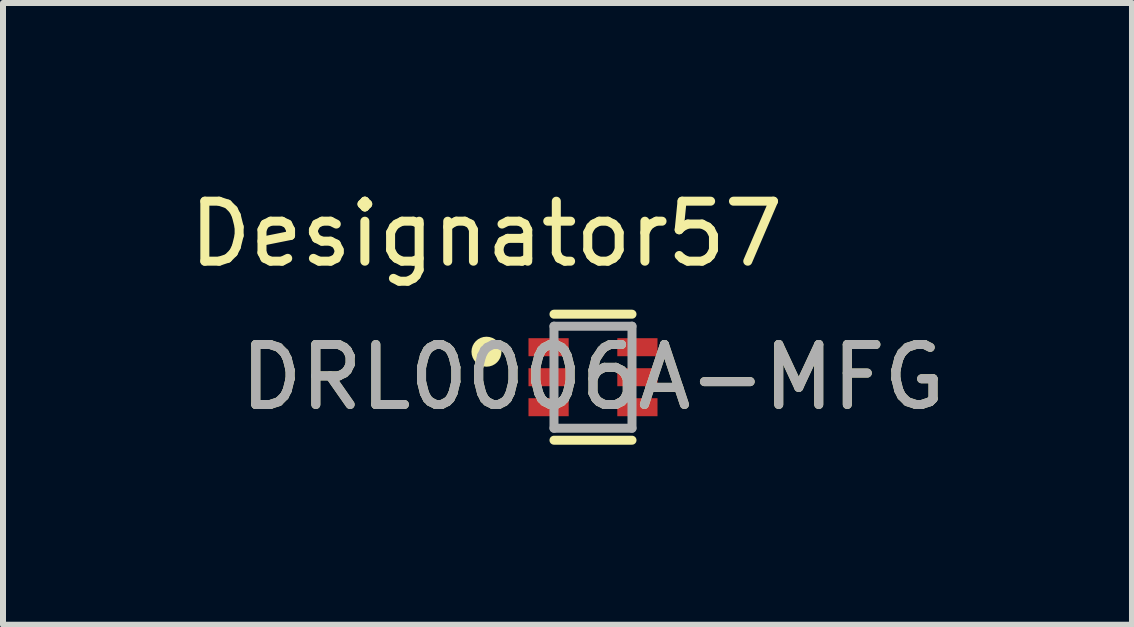
<source format=kicad_pcb>
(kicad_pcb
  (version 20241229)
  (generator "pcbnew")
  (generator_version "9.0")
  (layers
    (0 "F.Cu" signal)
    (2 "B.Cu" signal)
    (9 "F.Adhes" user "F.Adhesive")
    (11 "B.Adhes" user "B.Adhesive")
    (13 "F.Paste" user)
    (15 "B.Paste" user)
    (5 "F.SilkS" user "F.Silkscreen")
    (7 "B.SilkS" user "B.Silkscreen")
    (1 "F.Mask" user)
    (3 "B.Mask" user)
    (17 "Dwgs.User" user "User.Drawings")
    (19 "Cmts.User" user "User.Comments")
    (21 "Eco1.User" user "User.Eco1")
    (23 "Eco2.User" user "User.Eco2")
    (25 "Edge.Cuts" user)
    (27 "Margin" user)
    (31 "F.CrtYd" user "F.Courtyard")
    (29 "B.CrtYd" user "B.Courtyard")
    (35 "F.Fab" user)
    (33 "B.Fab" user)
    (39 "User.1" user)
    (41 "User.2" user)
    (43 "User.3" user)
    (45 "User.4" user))
  (footprint "DRL0006A-MFG"
    (layer "F.Cu")
    (at 6.832 3.236)
    (property "Reference" "DRL0006A-MFG" (at 0 0 0) (unlocked yes) (layer "F.SilkS") (effects (font (size 1 1) (thickness 0.15))))
    (attr smd)
    (fp_line (start -0.65 -1.05) (end 0.65 -1.05) (stroke (width 0.15) (type solid)) (layer "F.SilkS"))
    (fp_line (start -0.65 1.05) (end 0.65 1.05) (stroke (width 0.15) (type solid)) (layer "F.SilkS"))
    (fp_circle (center -1.775 -0.425) (end -1.65 -0.425) (stroke (width 0.25) (type solid)) (fill no) (layer "F.SilkS"))
    (fp_line (start -0.65 -0.85) (end 0.65 -0.85) (stroke (width 0.15) (type solid)) (layer "F.Fab"))
    (fp_line (start -0.65 0.85) (end -0.65 -0.85) (stroke (width 0.15) (type solid)) (layer "F.Fab"))
    (fp_line (start -0.65 0.85) (end 0.65 0.85) (stroke (width 0.15) (type solid)) (layer "F.Fab"))
    (fp_line (start 0.65 0.85) (end 0.65 -0.85) (stroke (width 0.15) (type solid)) (layer "F.Fab"))
    (fp_text user "Designator57" (at -1.778 -2.388 0) (unlocked yes) (layer "F.SilkS") (effects (font (size 1 1) (thickness 0.15))))
    (fp_text user "${REFERENCE}" (at 0 0 0) (unlocked yes) (layer "F.Fab") (effects (font (size 1 1) (thickness 0.15))))
    (pad "1" smd rect (at -0.74 -0.5) (size 0.67 0.3) (layers "F.Cu" "F.Mask" "F.Paste"))
    (pad "2" smd rect (at -0.74 0) (size 0.67 0.3) (layers "F.Cu" "F.Mask" "F.Paste"))
    (pad "3" smd rect (at -0.74 0.5) (size 0.67 0.3) (layers "F.Cu" "F.Mask" "F.Paste"))
    (pad "4" smd rect (at 0.74 0.5) (size 0.67 0.3) (layers "F.Cu" "F.Mask" "F.Paste"))
    (pad "5" smd rect (at 0.74 0) (size 0.67 0.3) (layers "F.Cu" "F.Mask" "F.Paste"))
    (pad "6" smd rect (at 0.74 -0.5) (size 0.67 0.3) (layers "F.Cu" "F.Mask" "F.Paste")))
  (gr_rect
    (start -3 -3)
    (end 15.814 7.361)
    (stroke (width 0.1) (type default))
    (fill no)
    (layer "Edge.Cuts")))
</source>
